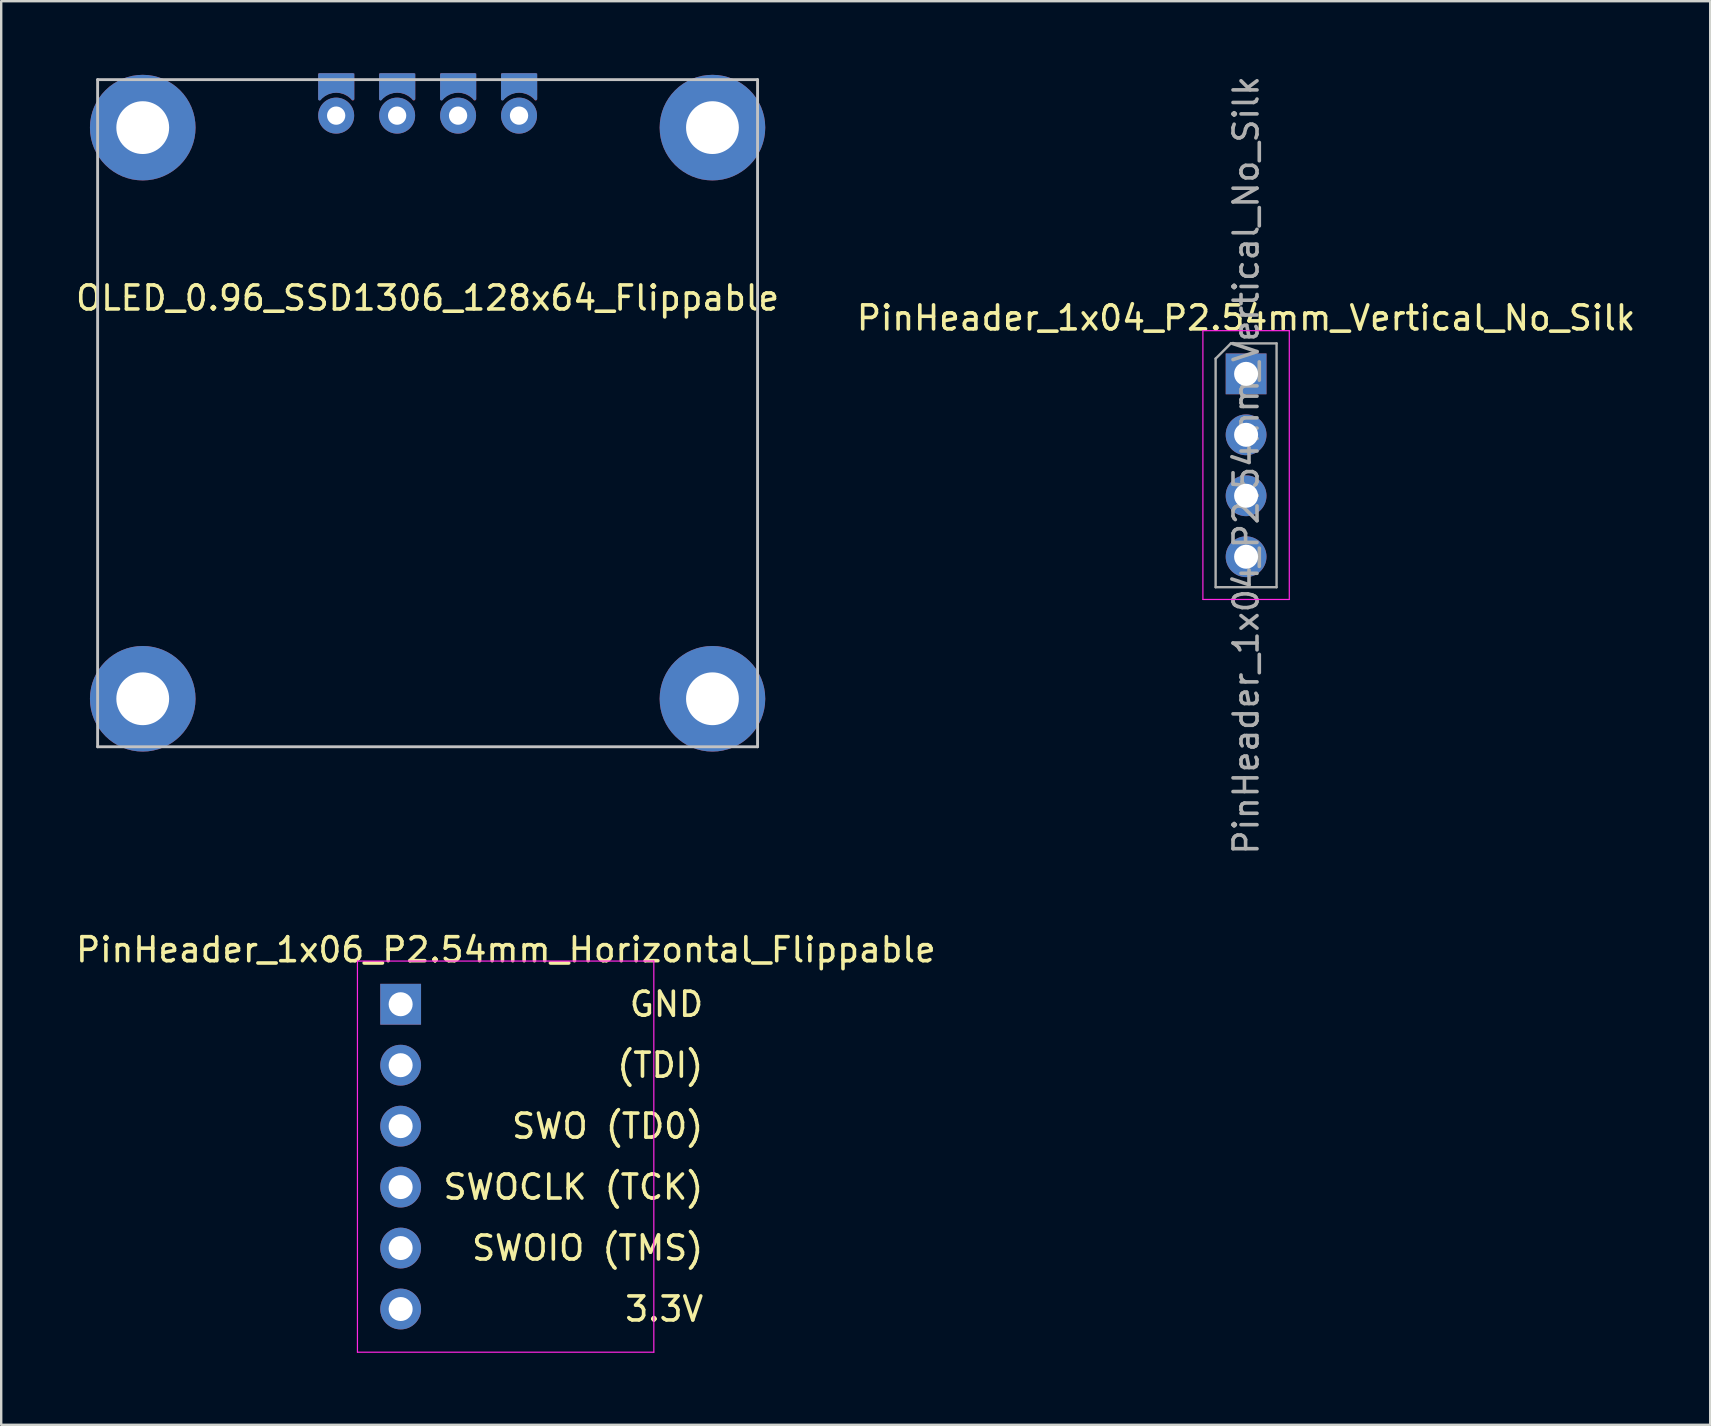
<source format=kicad_pcb>
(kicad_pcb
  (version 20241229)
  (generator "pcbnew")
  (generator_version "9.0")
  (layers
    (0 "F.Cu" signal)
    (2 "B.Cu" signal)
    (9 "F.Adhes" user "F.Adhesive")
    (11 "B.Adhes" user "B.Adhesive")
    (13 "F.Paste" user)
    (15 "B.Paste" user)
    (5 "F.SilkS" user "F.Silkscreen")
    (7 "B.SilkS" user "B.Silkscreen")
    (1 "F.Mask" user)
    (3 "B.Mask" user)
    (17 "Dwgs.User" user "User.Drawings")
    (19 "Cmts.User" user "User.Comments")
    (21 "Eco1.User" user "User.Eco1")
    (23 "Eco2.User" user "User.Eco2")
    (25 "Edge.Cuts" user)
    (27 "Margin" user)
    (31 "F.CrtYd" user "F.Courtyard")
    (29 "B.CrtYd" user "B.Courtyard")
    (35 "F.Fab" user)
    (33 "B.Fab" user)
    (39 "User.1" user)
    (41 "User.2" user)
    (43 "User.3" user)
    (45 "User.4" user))
  (footprint "PinHeader_1x06_P2.54mm_Horizontal_Flippable"
    (layer "F.Cu")
    (at 13.645 45.147)
    (property "Reference" "PinHeader_1x06_P2.54mm_Horizontal_Flippable" (at 4.385 -8.62 180) (layer "F.SilkS") (effects (font (size 1 1) (thickness 0.15))))
    (attr through_hole)
    (fp_line (start -1.8 -8.15) (end -1.8 8.15) (stroke (width 0.05) (type solid)) (layer "F.CrtYd"))
    (fp_line (start -1.8 8.15) (end 10.55 8.15) (stroke (width 0.05) (type solid)) (layer "F.CrtYd"))
    (fp_line (start 10.55 -8.15) (end -1.8 -8.15) (stroke (width 0.05) (type solid)) (layer "F.CrtYd"))
    (fp_line (start 10.55 8.15) (end 10.55 -8.15) (stroke (width 0.05) (type solid)) (layer "F.CrtYd"))
    (fp_line (start -0.32 -6.67) (end -0.32 -6.03) (stroke (width 0.1) (type solid)) (layer "F.Fab"))
    (fp_line (start -0.32 -4.13) (end -0.32 -3.49) (stroke (width 0.1) (type solid)) (layer "F.Fab"))
    (fp_line (start -0.32 -1.59) (end -0.32 -0.95) (stroke (width 0.1) (type solid)) (layer "F.Fab"))
    (fp_line (start -0.32 0.95) (end -0.32 1.59) (stroke (width 0.1) (type solid)) (layer "F.Fab"))
    (fp_line (start -0.32 3.49) (end -0.32 4.13) (stroke (width 0.1) (type solid)) (layer "F.Fab"))
    (fp_line (start -0.32 6.03) (end -0.32 6.67) (stroke (width 0.1) (type solid)) (layer "F.Fab"))
    (fp_text user "SWOIO (TMS)" (at 12.7 3.81 0) (layer "F.SilkS") (effects (font (size 1 1) (thickness 0.15)) (justify right)))
    (fp_text user "SWOCLK (TCK)" (at 12.7 1.27 0) (layer "F.SilkS") (effects (font (size 1 1) (thickness 0.15)) (justify right)))
    (fp_text user "GND" (at 12.7 -6.35 0) (layer "F.SilkS") (effects (font (size 1 1) (thickness 0.15)) (justify right)))
    (fp_text user "3.3V" (at 12.7 6.35 0) (layer "F.SilkS") (effects (font (size 1 1) (thickness 0.15)) (justify right)))
    (fp_text user "SWO (TD0)" (at 12.7 -1.27 0) (layer "F.SilkS") (effects (font (size 1 1) (thickness 0.15)) (justify right)))
    (fp_text user "(TDI)" (at 12.7 -3.81 0) (layer "F.SilkS") (effects (font (size 1 1) (thickness 0.15)) (justify right)))
    (pad "1" thru_hole rect (at 0 -6.35) (size 1.7 1.7) (drill 1) (layers "*.Cu" "*.Mask"))
    (pad "2" thru_hole oval (at 0 -3.81) (size 1.7 1.7) (drill 1) (layers "*.Cu" "*.Mask"))
    (pad "3" thru_hole oval (at 0 -1.27) (size 1.7 1.7) (drill 1) (layers "*.Cu" "*.Mask"))
    (pad "4" thru_hole oval (at 0 1.27) (size 1.7 1.7) (drill 1) (layers "*.Cu" "*.Mask"))
    (pad "5" thru_hole oval (at 0 3.81) (size 1.7 1.7) (drill 1) (layers "*.Cu" "*.Mask"))
    (pad "6" thru_hole oval (at 0 6.35) (size 1.7 1.7) (drill 1) (layers "*.Cu" "*.Mask")))
  (footprint "OLED_0.96_SSD1306_128x64_Flippable"
    (layer "F.Cu")
    (at 14.768 1.768)
    (property "Reference" "OLED_0.96_SSD1306_128x64_Flippable" (at 0 7.6 0) (layer "F.SilkS") (effects (font (size 1 1) (thickness 0.15))))
    (attr through_hole)
    (fp_line (start -13.75 -1.5) (end 13.75 -1.5) (stroke (width 0.12) (type solid)) (layer "Dwgs.User"))
    (fp_line (start -13.75 26.3) (end -13.75 -1.5) (stroke (width 0.12) (type solid)) (layer "Dwgs.User"))
    (fp_line (start -13.75 26.3) (end 13.75 26.3) (stroke (width 0.12) (type solid)) (layer "Dwgs.User"))
    (fp_line (start 13.75 26.3) (end 13.75 -1.5) (stroke (width 0.12) (type solid)) (layer "Dwgs.User"))
    (pad "" thru_hole circle (at -11.87 0.5) (size 4.4 4.4) (drill 2.2) (layers "*.Cu" "*.Mask"))
    (pad "" thru_hole circle (at -11.87 24.3) (size 4.4 4.4) (drill 2.2) (layers "*.Cu" "*.Mask"))
    (pad "" thru_hole circle (at -3.81 0 90) (size 1.5 1.5) (drill 0.762) (layers "*.Cu" "*.Mask"))
    (pad "" thru_hole circle (at -1.27 0 90) (size 1.5 1.5) (drill 0.762) (layers "*.Cu" "*.Mask"))
    (pad "" thru_hole circle (at 1.27 0 90) (size 1.5 1.5) (drill 0.762) (layers "*.Cu" "*.Mask"))
    (pad "" thru_hole circle (at 3.81 0 90) (size 1.5 1.5) (drill 0.762) (layers "*.Cu" "*.Mask"))
    (pad "" thru_hole circle (at 11.87 0.5) (size 4.4 4.4) (drill 2.2) (layers "*.Cu" "*.Mask"))
    (pad "" thru_hole circle (at 11.87 24.3) (size 4.4 4.4) (drill 2.2) (layers "*.Cu" "*.Mask"))
    (pad "1" smd custom (at -3.803 -1.358 270) (size 0.8 1.5) (layers "B.Cu" "B.Mask") (options (anchor rect)) (primitives (gr_poly (pts (xy 0.56 -0.67) (xy 0.34 -0.67) (xy 0.34 -0.3)) (width 0.1) (fill yes)) (gr_line (start 0.67 0.697) (end -0.35 0.697) (width 0.12)) (gr_poly (pts (xy 0.54 0.67) (xy 0.32 0.67) (xy 0.32 0.3)) (width 0.1) (fill yes)) (gr_line (start -0.35 0.697) (end -0.35 -0.69) (width 0.12)) (gr_arc (start 0.67 0.697) (mid 0.346836 0.006416) (end 0.660264 -0.68864) (width 0.12)) (gr_line (start -0.35 -0.69) (end 0.66 -0.69) (width 0.12))))
    (pad "1" smd custom (at 3.808 -1.357 270) (size 0.8 1.5) (layers "F.Cu" "F.Mask") (options (anchor rect)) (primitives (gr_poly (pts (xy 0.56 0.67) (xy 0.34 0.67) (xy 0.34 0.3)) (width 0.1) (fill yes)) (gr_line (start 0.67 -0.697) (end -0.35 -0.697) (width 0.12)) (gr_poly (pts (xy 0.54 -0.67) (xy 0.32 -0.67) (xy 0.32 -0.3)) (width 0.1) (fill yes)) (gr_line (start -0.35 -0.697) (end -0.35 0.69) (width 0.12)) (gr_arc (start 0.660264 0.68864) (mid 0.346837 -0.006416) (end 0.67 -0.697) (width 0.12)) (gr_line (start -0.35 0.69) (end 0.66 0.69) (width 0.12))))
    (pad "2" smd custom (at -1.263 -1.358 270) (size 0.8 1.5) (layers "B.Cu" "B.Mask") (options (anchor rect)) (primitives (gr_poly (pts (xy 0.56 -0.67) (xy 0.34 -0.67) (xy 0.34 -0.3)) (width 0.1) (fill yes)) (gr_line (start 0.67 0.697) (end -0.35 0.697) (width 0.12)) (gr_poly (pts (xy 0.54 0.67) (xy 0.32 0.67) (xy 0.32 0.3)) (width 0.1) (fill yes)) (gr_line (start -0.35 0.697) (end -0.35 -0.69) (width 0.12)) (gr_arc (start 0.67 0.697) (mid 0.346836 0.006416) (end 0.660264 -0.68864) (width 0.12)) (gr_line (start -0.35 -0.69) (end 0.66 -0.69) (width 0.12))))
    (pad "2" smd custom (at 1.268 -1.357 270) (size 0.8 1.5) (layers "F.Cu" "F.Mask") (options (anchor rect)) (primitives (gr_poly (pts (xy 0.56 0.67) (xy 0.34 0.67) (xy 0.34 0.3)) (width 0.1) (fill yes)) (gr_line (start 0.67 -0.697) (end -0.35 -0.697) (width 0.12)) (gr_poly (pts (xy 0.54 -0.67) (xy 0.32 -0.67) (xy 0.32 -0.3)) (width 0.1) (fill yes)) (gr_line (start -0.35 -0.697) (end -0.35 0.69) (width 0.12)) (gr_arc (start 0.660264 0.68864) (mid 0.346837 -0.006416) (end 0.67 -0.697) (width 0.12)) (gr_line (start -0.35 0.69) (end 0.66 0.69) (width 0.12))))
    (pad "3" smd custom (at -1.272 -1.357 270) (size 0.8 1.5) (layers "F.Cu" "F.Mask") (options (anchor rect)) (primitives (gr_poly (pts (xy 0.56 0.67) (xy 0.34 0.67) (xy 0.34 0.3)) (width 0.1) (fill yes)) (gr_line (start 0.67 -0.697) (end -0.35 -0.697) (width 0.12)) (gr_poly (pts (xy 0.54 -0.67) (xy 0.32 -0.67) (xy 0.32 -0.3)) (width 0.1) (fill yes)) (gr_line (start -0.35 -0.697) (end -0.35 0.69) (width 0.12)) (gr_arc (start 0.660264 0.68864) (mid 0.346837 -0.006416) (end 0.67 -0.697) (width 0.12)) (gr_line (start -0.35 0.69) (end 0.66 0.69) (width 0.12))))
    (pad "3" smd custom (at 1.277 -1.358 270) (size 0.8 1.5) (layers "B.Cu" "B.Mask") (options (anchor rect)) (primitives (gr_poly (pts (xy 0.56 -0.67) (xy 0.34 -0.67) (xy 0.34 -0.3)) (width 0.1) (fill yes)) (gr_line (start 0.67 0.697) (end -0.35 0.697) (width 0.12)) (gr_poly (pts (xy 0.54 0.67) (xy 0.32 0.67) (xy 0.32 0.3)) (width 0.1) (fill yes)) (gr_line (start -0.35 0.697) (end -0.35 -0.69) (width 0.12)) (gr_arc (start 0.67 0.697) (mid 0.346836 0.006416) (end 0.660264 -0.68864) (width 0.12)) (gr_line (start -0.35 -0.69) (end 0.66 -0.69) (width 0.12))))
    (pad "4" smd custom (at -3.812 -1.357 270) (size 0.8 1.5) (layers "F.Cu" "F.Mask") (options (anchor rect)) (primitives (gr_poly (pts (xy 0.56 0.67) (xy 0.34 0.67) (xy 0.34 0.3)) (width 0.1) (fill yes)) (gr_line (start 0.67 -0.697) (end -0.35 -0.697) (width 0.12)) (gr_poly (pts (xy 0.54 -0.67) (xy 0.32 -0.67) (xy 0.32 -0.3)) (width 0.1) (fill yes)) (gr_line (start -0.35 -0.697) (end -0.35 0.69) (width 0.12)) (gr_arc (start 0.660264 0.68864) (mid 0.346837 -0.006416) (end 0.67 -0.697) (width 0.12)) (gr_line (start -0.35 0.69) (end 0.66 0.69) (width 0.12))))
    (pad "4" smd custom (at 3.817 -1.358 270) (size 0.8 1.5) (layers "B.Cu" "B.Mask") (options (anchor rect)) (primitives (gr_poly (pts (xy 0.56 -0.67) (xy 0.34 -0.67) (xy 0.34 -0.3)) (width 0.1) (fill yes)) (gr_line (start 0.67 0.697) (end -0.35 0.697) (width 0.12)) (gr_poly (pts (xy 0.54 0.67) (xy 0.32 0.67) (xy 0.32 0.3)) (width 0.1) (fill yes)) (gr_line (start -0.35 0.697) (end -0.35 -0.69) (width 0.12)) (gr_arc (start 0.67 0.697) (mid 0.346836 0.006416) (end 0.660264 -0.68864) (width 0.12)) (gr_line (start -0.35 -0.69) (end 0.66 -0.69) (width 0.12)))))
  (footprint "PinHeader_1x04_P2.54mm_Vertical_No_Silk"
    (layer "F.Cu")
    (at 48.875 16.339)
    (property "Reference" "PinHeader_1x04_P2.54mm_Vertical_No_Silk" (at 0 -6.14 0) (layer "F.SilkS") (effects (font (size 1 1) (thickness 0.15))))
    (attr through_hole)
    (fp_line (start -1.8 -5.61) (end -1.8 5.59) (stroke (width 0.05) (type solid)) (layer "F.CrtYd"))
    (fp_line (start -1.8 5.59) (end 1.8 5.59) (stroke (width 0.05) (type solid)) (layer "F.CrtYd"))
    (fp_line (start 1.8 -5.61) (end -1.8 -5.61) (stroke (width 0.05) (type solid)) (layer "F.CrtYd"))
    (fp_line (start 1.8 5.59) (end 1.8 -5.61) (stroke (width 0.05) (type solid)) (layer "F.CrtYd"))
    (fp_line (start -1.27 -4.445) (end -0.635 -5.08) (stroke (width 0.1) (type solid)) (layer "F.Fab"))
    (fp_line (start -1.27 5.08) (end -1.27 -4.445) (stroke (width 0.1) (type solid)) (layer "F.Fab"))
    (fp_line (start -0.635 -5.08) (end 1.27 -5.08) (stroke (width 0.1) (type solid)) (layer "F.Fab"))
    (fp_line (start 1.27 -5.08) (end 1.27 5.08) (stroke (width 0.1) (type solid)) (layer "F.Fab"))
    (fp_line (start 1.27 5.08) (end -1.27 5.08) (stroke (width 0.1) (type solid)) (layer "F.Fab"))
    (fp_text user "${REFERENCE}" (at 0 0 90) (layer "F.Fab") (effects (font (size 1 1) (thickness 0.15))))
    (pad "1" thru_hole rect (at 0 -3.81) (size 1.7 1.7) (drill 1) (layers "*.Cu" "*.Mask"))
    (pad "2" thru_hole oval (at 0 -1.27) (size 1.7 1.7) (drill 1) (layers "*.Cu" "*.Mask"))
    (pad "3" thru_hole oval (at 0 1.27) (size 1.7 1.7) (drill 1) (layers "*.Cu" "*.Mask"))
    (pad "4" thru_hole oval (at 0 3.81) (size 1.7 1.7) (drill 1) (layers "*.Cu" "*.Mask")))
  (gr_rect
    (start -3 -3)
    (end 68.214 56.322)
    (stroke (width 0.1) (type default))
    (fill no)
    (layer "Edge.Cuts")))
</source>
